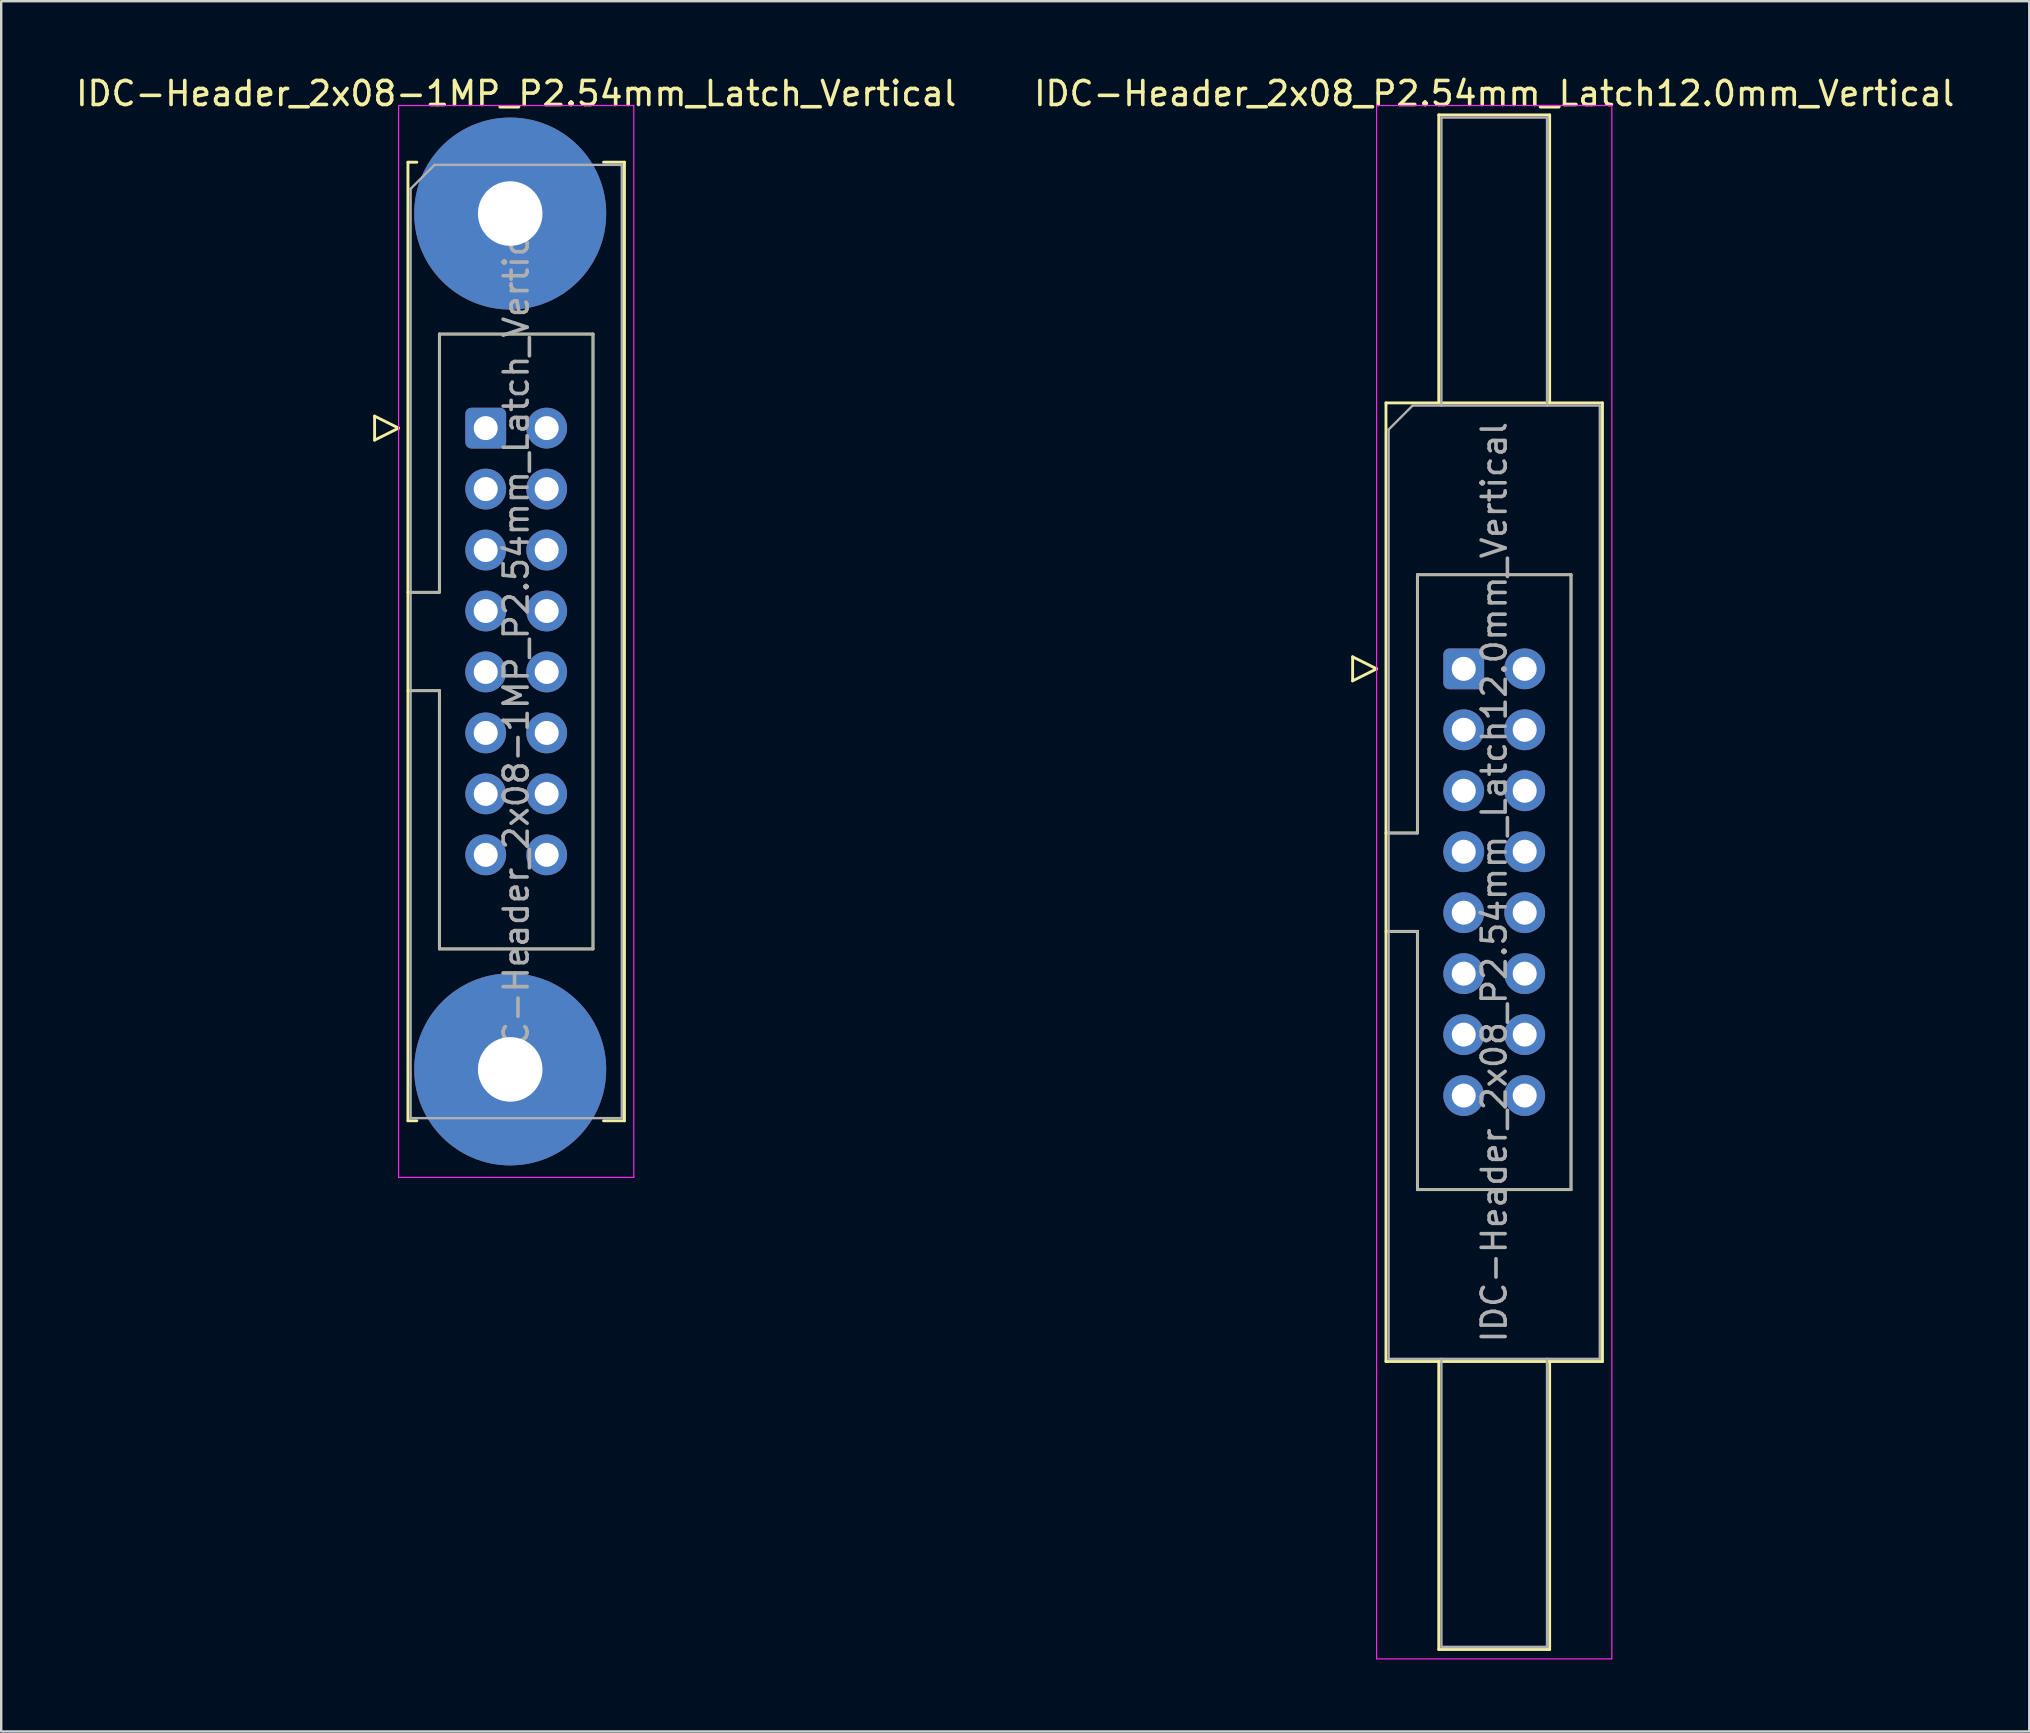
<source format=kicad_pcb>
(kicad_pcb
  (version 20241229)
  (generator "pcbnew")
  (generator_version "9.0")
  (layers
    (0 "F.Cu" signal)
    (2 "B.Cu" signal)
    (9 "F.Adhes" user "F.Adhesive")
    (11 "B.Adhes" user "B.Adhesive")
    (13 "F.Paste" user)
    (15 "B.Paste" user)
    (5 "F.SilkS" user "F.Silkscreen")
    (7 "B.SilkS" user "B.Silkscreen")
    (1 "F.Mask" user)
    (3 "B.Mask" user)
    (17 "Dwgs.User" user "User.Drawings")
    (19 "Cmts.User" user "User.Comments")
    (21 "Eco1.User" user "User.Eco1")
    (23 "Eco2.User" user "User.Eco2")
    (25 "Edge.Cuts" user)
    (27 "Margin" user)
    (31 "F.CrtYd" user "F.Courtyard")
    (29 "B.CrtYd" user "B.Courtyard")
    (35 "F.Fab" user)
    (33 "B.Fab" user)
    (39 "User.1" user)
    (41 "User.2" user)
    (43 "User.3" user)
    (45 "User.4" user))
  (footprint "IDC-Header_2x08_P2.54mm_Latch12.0mm_Vertical"
    (layer "F.Cu")
    (at 57.938 24.818)
    (property "Reference" "IDC-Header_2x08_P2.54mm_Latch12.0mm_Vertical" (at 1.27 -23.97 0) (layer "F.SilkS") (effects (font (size 1 1) (thickness 0.15))))
    (attr through_hole)
    (fp_line (start -4.63 -0.5) (end -4.63 0.5) (stroke (width 0.12) (type solid)) (layer "F.SilkS"))
    (fp_line (start -4.63 0.5) (end -3.63 0) (stroke (width 0.12) (type solid)) (layer "F.SilkS"))
    (fp_line (start -3.63 0) (end -4.63 -0.5) (stroke (width 0.12) (type solid)) (layer "F.SilkS"))
    (fp_line (start -3.24 -11.08) (end 5.78 -11.08) (stroke (width 0.12) (type solid)) (layer "F.SilkS"))
    (fp_line (start -3.24 6.84) (end -1.93 6.84) (stroke (width 0.12) (type solid)) (layer "F.SilkS"))
    (fp_line (start -3.24 28.86) (end -3.24 -11.08) (stroke (width 0.12) (type solid)) (layer "F.SilkS"))
    (fp_line (start -1.93 -3.92) (end 4.47 -3.92) (stroke (width 0.12) (type solid)) (layer "F.SilkS"))
    (fp_line (start -1.93 6.84) (end -1.93 -3.92) (stroke (width 0.12) (type solid)) (layer "F.SilkS"))
    (fp_line (start -1.93 10.94) (end -3.24 10.94) (stroke (width 0.12) (type solid)) (layer "F.SilkS"))
    (fp_line (start -1.93 10.94) (end -1.93 10.94) (stroke (width 0.12) (type solid)) (layer "F.SilkS"))
    (fp_line (start -1.93 21.7) (end -1.93 10.94) (stroke (width 0.12) (type solid)) (layer "F.SilkS"))
    (fp_line (start -1.04 -23.08) (end 3.58 -23.08) (stroke (width 0.12) (type solid)) (layer "F.SilkS"))
    (fp_line (start -1.04 -11.08) (end -1.04 -23.08) (stroke (width 0.12) (type solid)) (layer "F.SilkS"))
    (fp_line (start -1.04 28.86) (end -1.04 40.86) (stroke (width 0.12) (type solid)) (layer "F.SilkS"))
    (fp_line (start -1.04 40.86) (end 3.58 40.86) (stroke (width 0.12) (type solid)) (layer "F.SilkS"))
    (fp_line (start 3.58 -23.08) (end 3.58 -11.08) (stroke (width 0.12) (type solid)) (layer "F.SilkS"))
    (fp_line (start 3.58 40.86) (end 3.58 28.86) (stroke (width 0.12) (type solid)) (layer "F.SilkS"))
    (fp_line (start 4.47 -3.92) (end 4.47 21.7) (stroke (width 0.12) (type solid)) (layer "F.SilkS"))
    (fp_line (start 4.47 21.7) (end -1.93 21.7) (stroke (width 0.12) (type solid)) (layer "F.SilkS"))
    (fp_line (start 5.78 -11.08) (end 5.78 28.86) (stroke (width 0.12) (type solid)) (layer "F.SilkS"))
    (fp_line (start 5.78 28.86) (end -3.24 28.86) (stroke (width 0.12) (type solid)) (layer "F.SilkS"))
    (fp_line (start -3.63 -23.47) (end -3.63 41.25) (stroke (width 0.05) (type solid)) (layer "F.CrtYd"))
    (fp_line (start -3.63 41.25) (end 6.17 41.25) (stroke (width 0.05) (type solid)) (layer "F.CrtYd"))
    (fp_line (start 6.17 -23.47) (end -3.63 -23.47) (stroke (width 0.05) (type solid)) (layer "F.CrtYd"))
    (fp_line (start 6.17 41.25) (end 6.17 -23.47) (stroke (width 0.05) (type solid)) (layer "F.CrtYd"))
    (fp_line (start -3.13 -9.97) (end -2.13 -10.97) (stroke (width 0.1) (type solid)) (layer "F.Fab"))
    (fp_line (start -3.13 6.84) (end -1.93 6.84) (stroke (width 0.1) (type solid)) (layer "F.Fab"))
    (fp_line (start -3.13 28.75) (end -3.13 -9.97) (stroke (width 0.1) (type solid)) (layer "F.Fab"))
    (fp_line (start -2.13 -10.97) (end 5.67 -10.97) (stroke (width 0.1) (type solid)) (layer "F.Fab"))
    (fp_line (start -1.93 -3.92) (end 4.47 -3.92) (stroke (width 0.1) (type solid)) (layer "F.Fab"))
    (fp_line (start -1.93 6.84) (end -1.93 -3.92) (stroke (width 0.1) (type solid)) (layer "F.Fab"))
    (fp_line (start -1.93 10.94) (end -3.13 10.94) (stroke (width 0.1) (type solid)) (layer "F.Fab"))
    (fp_line (start -1.93 10.94) (end -1.93 10.94) (stroke (width 0.1) (type solid)) (layer "F.Fab"))
    (fp_line (start -1.93 21.7) (end -1.93 10.94) (stroke (width 0.1) (type solid)) (layer "F.Fab"))
    (fp_line (start -0.93 -22.97) (end 3.47 -22.97) (stroke (width 0.1) (type solid)) (layer "F.Fab"))
    (fp_line (start -0.93 -10.97) (end -0.93 -22.97) (stroke (width 0.1) (type solid)) (layer "F.Fab"))
    (fp_line (start -0.93 28.75) (end -0.93 40.75) (stroke (width 0.1) (type solid)) (layer "F.Fab"))
    (fp_line (start -0.93 40.75) (end 3.47 40.75) (stroke (width 0.1) (type solid)) (layer "F.Fab"))
    (fp_line (start 3.47 -22.97) (end 3.47 -10.97) (stroke (width 0.1) (type solid)) (layer "F.Fab"))
    (fp_line (start 3.47 40.75) (end 3.47 28.75) (stroke (width 0.1) (type solid)) (layer "F.Fab"))
    (fp_line (start 4.47 -3.92) (end 4.47 21.7) (stroke (width 0.1) (type solid)) (layer "F.Fab"))
    (fp_line (start 4.47 21.7) (end -1.93 21.7) (stroke (width 0.1) (type solid)) (layer "F.Fab"))
    (fp_line (start 5.67 -10.97) (end 5.67 28.75) (stroke (width 0.1) (type solid)) (layer "F.Fab"))
    (fp_line (start 5.67 28.75) (end -3.13 28.75) (stroke (width 0.1) (type solid)) (layer "F.Fab"))
    (fp_text user "${REFERENCE}" (at 1.27 8.89 90) (layer "F.Fab") (effects (font (size 1 1) (thickness 0.15))))
    (pad "1" thru_hole roundrect (at 0 0) (size 1.7 1.7) (drill 1) (layers "*.Cu" "*.Mask") (roundrect_rratio 0.147))
    (pad "2" thru_hole circle (at 2.54 0) (size 1.7 1.7) (drill 1) (layers "*.Cu" "*.Mask"))
    (pad "3" thru_hole circle (at 0 2.54) (size 1.7 1.7) (drill 1) (layers "*.Cu" "*.Mask"))
    (pad "4" thru_hole circle (at 2.54 2.54) (size 1.7 1.7) (drill 1) (layers "*.Cu" "*.Mask"))
    (pad "5" thru_hole circle (at 0 5.08) (size 1.7 1.7) (drill 1) (layers "*.Cu" "*.Mask"))
    (pad "6" thru_hole circle (at 2.54 5.08) (size 1.7 1.7) (drill 1) (layers "*.Cu" "*.Mask"))
    (pad "7" thru_hole circle (at 0 7.62) (size 1.7 1.7) (drill 1) (layers "*.Cu" "*.Mask"))
    (pad "8" thru_hole circle (at 2.54 7.62) (size 1.7 1.7) (drill 1) (layers "*.Cu" "*.Mask"))
    (pad "9" thru_hole circle (at 0 10.16) (size 1.7 1.7) (drill 1) (layers "*.Cu" "*.Mask"))
    (pad "10" thru_hole circle (at 2.54 10.16) (size 1.7 1.7) (drill 1) (layers "*.Cu" "*.Mask"))
    (pad "11" thru_hole circle (at 0 12.7) (size 1.7 1.7) (drill 1) (layers "*.Cu" "*.Mask"))
    (pad "12" thru_hole circle (at 2.54 12.7) (size 1.7 1.7) (drill 1) (layers "*.Cu" "*.Mask"))
    (pad "13" thru_hole circle (at 0 15.24) (size 1.7 1.7) (drill 1) (layers "*.Cu" "*.Mask"))
    (pad "14" thru_hole circle (at 2.54 15.24) (size 1.7 1.7) (drill 1) (layers "*.Cu" "*.Mask"))
    (pad "15" thru_hole circle (at 0 17.78) (size 1.7 1.7) (drill 1) (layers "*.Cu" "*.Mask"))
    (pad "16" thru_hole circle (at 2.54 17.78) (size 1.7 1.7) (drill 1) (layers "*.Cu" "*.Mask")))
  (footprint "IDC-Header_2x08-1MP_P2.54mm_Latch_Vertical"
    (layer "F.Cu")
    (at 17.188 14.788)
    (property "Reference" "IDC-Header_2x08-1MP_P2.54mm_Latch_Vertical" (at 1.27 -13.94 0) (layer "F.SilkS") (effects (font (size 1 1) (thickness 0.15))))
    (attr through_hole)
    (fp_line (start -4.63 -0.5) (end -4.63 0.5) (stroke (width 0.12) (type solid)) (layer "F.SilkS"))
    (fp_line (start -4.63 0.5) (end -3.63 0) (stroke (width 0.12) (type solid)) (layer "F.SilkS"))
    (fp_line (start -3.63 0) (end -4.63 -0.5) (stroke (width 0.12) (type solid)) (layer "F.SilkS"))
    (fp_line (start -3.24 -11.08) (end -3.24 28.86) (stroke (width 0.12) (type solid)) (layer "F.SilkS"))
    (fp_line (start -3.24 6.84) (end -1.93 6.84) (stroke (width 0.12) (type solid)) (layer "F.SilkS"))
    (fp_line (start -3.24 28.86) (end -2.87 28.86) (stroke (width 0.12) (type solid)) (layer "F.SilkS"))
    (fp_line (start -2.87 -11.08) (end -3.24 -11.08) (stroke (width 0.12) (type solid)) (layer "F.SilkS"))
    (fp_line (start -1.93 -3.92) (end 4.47 -3.92) (stroke (width 0.12) (type solid)) (layer "F.SilkS"))
    (fp_line (start -1.93 6.84) (end -1.93 -3.92) (stroke (width 0.12) (type solid)) (layer "F.SilkS"))
    (fp_line (start -1.93 10.94) (end -3.24 10.94) (stroke (width 0.12) (type solid)) (layer "F.SilkS"))
    (fp_line (start -1.93 10.94) (end -1.93 10.94) (stroke (width 0.12) (type solid)) (layer "F.SilkS"))
    (fp_line (start -1.93 21.7) (end -1.93 10.94) (stroke (width 0.12) (type solid)) (layer "F.SilkS"))
    (fp_line (start 4.47 -3.92) (end 4.47 21.7) (stroke (width 0.12) (type solid)) (layer "F.SilkS"))
    (fp_line (start 4.47 21.7) (end -1.93 21.7) (stroke (width 0.12) (type solid)) (layer "F.SilkS"))
    (fp_line (start 4.91 -11.08) (end 5.78 -11.08) (stroke (width 0.12) (type solid)) (layer "F.SilkS"))
    (fp_line (start 5.78 -11.08) (end 5.78 28.86) (stroke (width 0.12) (type solid)) (layer "F.SilkS"))
    (fp_line (start 5.78 28.86) (end 4.91 28.86) (stroke (width 0.12) (type solid)) (layer "F.SilkS"))
    (fp_line (start -3.63 -13.44) (end -3.63 31.22) (stroke (width 0.05) (type solid)) (layer "F.CrtYd"))
    (fp_line (start -3.63 31.22) (end 6.17 31.22) (stroke (width 0.05) (type solid)) (layer "F.CrtYd"))
    (fp_line (start 6.17 -13.44) (end -3.63 -13.44) (stroke (width 0.05) (type solid)) (layer "F.CrtYd"))
    (fp_line (start 6.17 31.22) (end 6.17 -13.44) (stroke (width 0.05) (type solid)) (layer "F.CrtYd"))
    (fp_line (start -3.13 -9.97) (end -2.13 -10.97) (stroke (width 0.1) (type solid)) (layer "F.Fab"))
    (fp_line (start -3.13 6.84) (end -1.93 6.84) (stroke (width 0.1) (type solid)) (layer "F.Fab"))
    (fp_line (start -3.13 28.75) (end -3.13 -9.97) (stroke (width 0.1) (type solid)) (layer "F.Fab"))
    (fp_line (start -2.13 -10.97) (end 5.67 -10.97) (stroke (width 0.1) (type solid)) (layer "F.Fab"))
    (fp_line (start -1.93 -3.92) (end 4.47 -3.92) (stroke (width 0.1) (type solid)) (layer "F.Fab"))
    (fp_line (start -1.93 6.84) (end -1.93 -3.92) (stroke (width 0.1) (type solid)) (layer "F.Fab"))
    (fp_line (start -1.93 10.94) (end -3.13 10.94) (stroke (width 0.1) (type solid)) (layer "F.Fab"))
    (fp_line (start -1.93 10.94) (end -1.93 10.94) (stroke (width 0.1) (type solid)) (layer "F.Fab"))
    (fp_line (start -1.93 21.7) (end -1.93 10.94) (stroke (width 0.1) (type solid)) (layer "F.Fab"))
    (fp_line (start 4.47 -3.92) (end 4.47 21.7) (stroke (width 0.1) (type solid)) (layer "F.Fab"))
    (fp_line (start 4.47 21.7) (end -1.93 21.7) (stroke (width 0.1) (type solid)) (layer "F.Fab"))
    (fp_line (start 5.67 -10.97) (end 5.67 28.75) (stroke (width 0.1) (type solid)) (layer "F.Fab"))
    (fp_line (start 5.67 28.75) (end -3.13 28.75) (stroke (width 0.1) (type solid)) (layer "F.Fab"))
    (fp_text user "${REFERENCE}" (at 1.27 8.89 90) (layer "F.Fab") (effects (font (size 1 1) (thickness 0.15))))
    (pad "1" thru_hole roundrect (at 0 0) (size 1.7 1.7) (drill 1) (layers "*.Cu" "*.Mask") (roundrect_rratio 0.147))
    (pad "2" thru_hole circle (at 2.54 0) (size 1.7 1.7) (drill 1) (layers "*.Cu" "*.Mask"))
    (pad "3" thru_hole circle (at 0 2.54) (size 1.7 1.7) (drill 1) (layers "*.Cu" "*.Mask"))
    (pad "4" thru_hole circle (at 2.54 2.54) (size 1.7 1.7) (drill 1) (layers "*.Cu" "*.Mask"))
    (pad "5" thru_hole circle (at 0 5.08) (size 1.7 1.7) (drill 1) (layers "*.Cu" "*.Mask"))
    (pad "6" thru_hole circle (at 2.54 5.08) (size 1.7 1.7) (drill 1) (layers "*.Cu" "*.Mask"))
    (pad "7" thru_hole circle (at 0 7.62) (size 1.7 1.7) (drill 1) (layers "*.Cu" "*.Mask"))
    (pad "8" thru_hole circle (at 2.54 7.62) (size 1.7 1.7) (drill 1) (layers "*.Cu" "*.Mask"))
    (pad "9" thru_hole circle (at 0 10.16) (size 1.7 1.7) (drill 1) (layers "*.Cu" "*.Mask"))
    (pad "10" thru_hole circle (at 2.54 10.16) (size 1.7 1.7) (drill 1) (layers "*.Cu" "*.Mask"))
    (pad "11" thru_hole circle (at 0 12.7) (size 1.7 1.7) (drill 1) (layers "*.Cu" "*.Mask"))
    (pad "12" thru_hole circle (at 2.54 12.7) (size 1.7 1.7) (drill 1) (layers "*.Cu" "*.Mask"))
    (pad "13" thru_hole circle (at 0 15.24) (size 1.7 1.7) (drill 1) (layers "*.Cu" "*.Mask"))
    (pad "14" thru_hole circle (at 2.54 15.24) (size 1.7 1.7) (drill 1) (layers "*.Cu" "*.Mask"))
    (pad "15" thru_hole circle (at 0 17.78) (size 1.7 1.7) (drill 1) (layers "*.Cu" "*.Mask"))
    (pad "16" thru_hole circle (at 2.54 17.78) (size 1.7 1.7) (drill 1) (layers "*.Cu" "*.Mask"))
    (pad "MP" thru_hole circle (at 1.02 -8.94) (size 8 8) (drill 2.69) (layers "*.Cu" "*.Mask"))
    (pad "MP" thru_hole circle (at 1.02 26.72) (size 8 8) (drill 2.69) (layers "*.Cu" "*.Mask")))
  (gr_rect
    (start -3 -3)
    (end 81.5 69.093)
    (stroke (width 0.1) (type default))
    (fill no)
    (layer "Edge.Cuts")))
</source>
